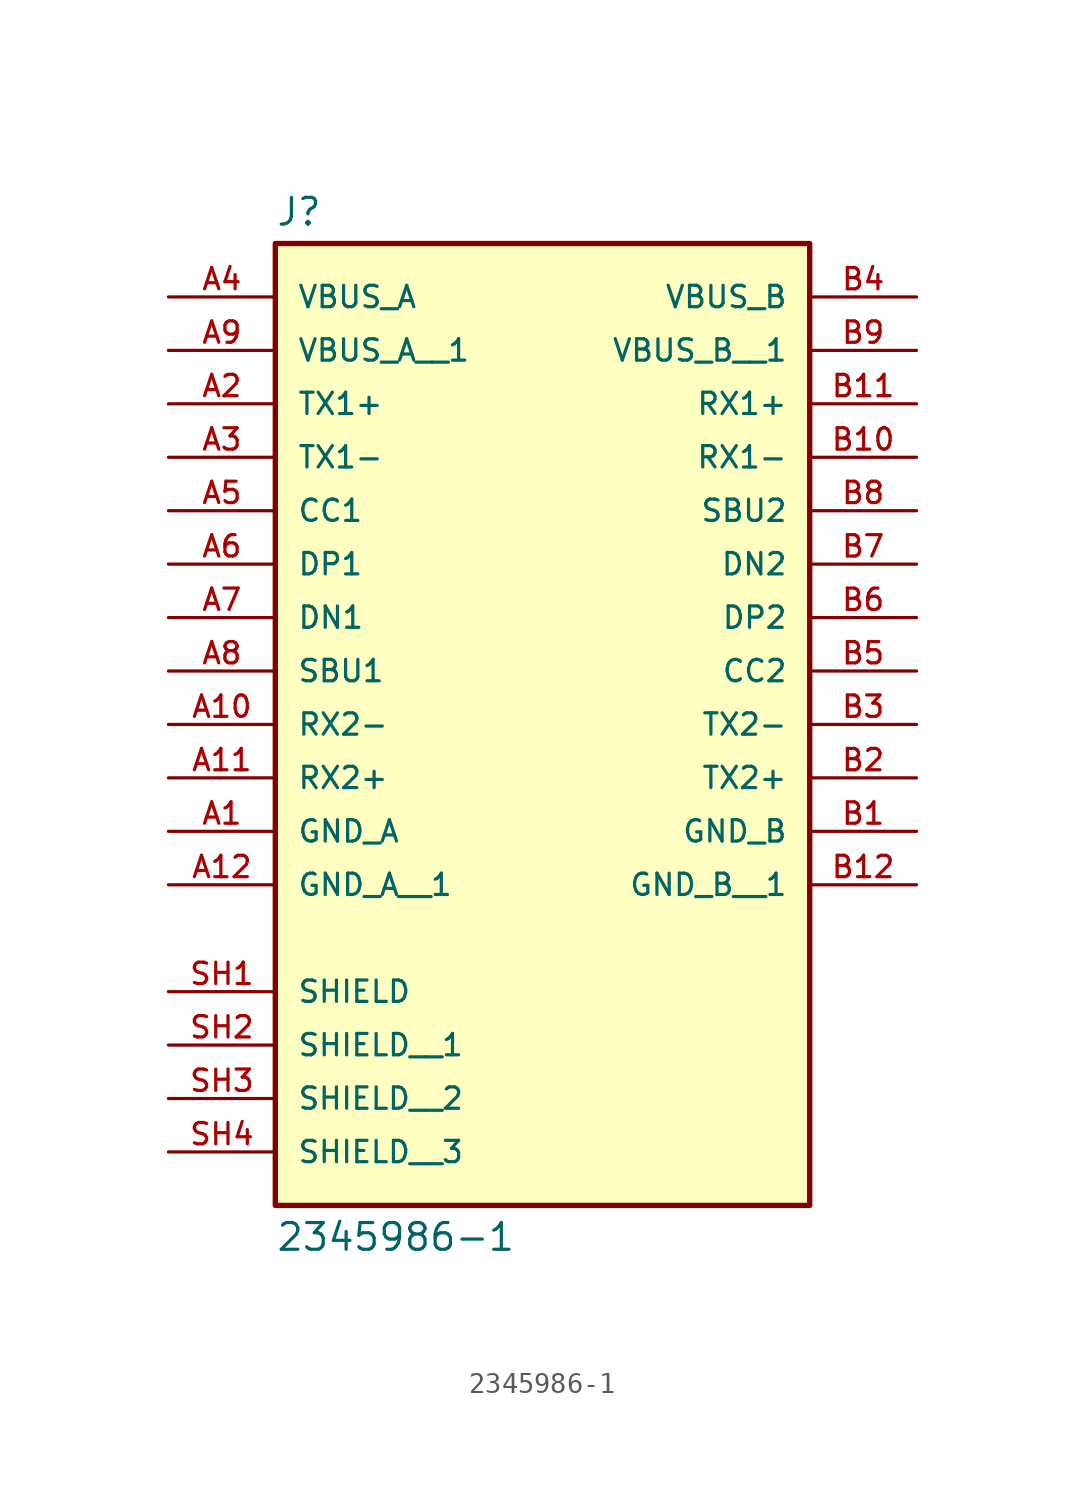
<source format=kicad_sym>
(kicad_symbol_lib
  (version 20211014)
  (generator kicad_symbol_editor)
  (symbol "2345986-1"
    (pin_names
      (offset 1.016))
    (property "Reference" "J"
      (at -12.7 16.002 0)
      (effects (font (size 1.27 1.27)) (justify bottom left)))
    (property "Value" "2345986-1"
      (at -12.7 -31.242 0.0)
      (effects (font (size 1.27 1.27)) (justify top left)))
    (symbol "2345986-1_0_0"
      (rectangle (start -12.7 -30.48) (end 12.7 15.24) (stroke (width 0.254)) (fill (type background)))
      (pin power_in line (at -17.78 -12.7 0) (length 5.08) (name "GND_A" (effects (font (size 1.016 1.016)))) (number "A1" (effects (font (size 1.016 1.016)))))
      (pin bidirectional line (at -17.78 5.08 0) (length 5.08) (name "TX1-" (effects (font (size 1.016 1.016)))) (number "A3" (effects (font (size 1.016 1.016)))))
      (pin bidirectional line (at -17.78 7.62 0) (length 5.08) (name "TX1+" (effects (font (size 1.016 1.016)))) (number "A2" (effects (font (size 1.016 1.016)))))
      (pin power_in line (at -17.78 12.7 0) (length 5.08) (name "VBUS_A" (effects (font (size 1.016 1.016)))) (number "A4" (effects (font (size 1.016 1.016)))))
      (pin bidirectional line (at -17.78 0.0 0) (length 5.08) (name "DP1" (effects (font (size 1.016 1.016)))) (number "A6" (effects (font (size 1.016 1.016)))))
      (pin bidirectional line (at -17.78 2.54 0) (length 5.08) (name "CC1" (effects (font (size 1.016 1.016)))) (number "A5" (effects (font (size 1.016 1.016)))))
      (pin bidirectional line (at -17.78 -5.08 0) (length 5.08) (name "SBU1" (effects (font (size 1.016 1.016)))) (number "A8" (effects (font (size 1.016 1.016)))))
      (pin bidirectional line (at -17.78 -2.54 0) (length 5.08) (name "DN1" (effects (font (size 1.016 1.016)))) (number "A7" (effects (font (size 1.016 1.016)))))
      (pin bidirectional line (at -17.78 -7.62 0) (length 5.08) (name "RX2-" (effects (font (size 1.016 1.016)))) (number "A10" (effects (font (size 1.016 1.016)))))
      (pin bidirectional line (at -17.78 -10.16 0) (length 5.08) (name "RX2+" (effects (font (size 1.016 1.016)))) (number "A11" (effects (font (size 1.016 1.016)))))
      (pin passive line (at -17.78 -20.32 0) (length 5.08) (name "SHIELD" (effects (font (size 1.016 1.016)))) (number "SH1" (effects (font (size 1.016 1.016)))))
      (pin power_in line (at 17.78 -12.7 180.0) (length 5.08) (name "GND_B" (effects (font (size 1.016 1.016)))) (number "B1" (effects (font (size 1.016 1.016)))))
      (pin bidirectional line (at 17.78 -7.62 180.0) (length 5.08) (name "TX2-" (effects (font (size 1.016 1.016)))) (number "B3" (effects (font (size 1.016 1.016)))))
      (pin bidirectional line (at 17.78 -10.16 180.0) (length 5.08) (name "TX2+" (effects (font (size 1.016 1.016)))) (number "B2" (effects (font (size 1.016 1.016)))))
      (pin power_in line (at 17.78 12.7 180.0) (length 5.08) (name "VBUS_B" (effects (font (size 1.016 1.016)))) (number "B4" (effects (font (size 1.016 1.016)))))
      (pin bidirectional line (at 17.78 -2.54 180.0) (length 5.08) (name "DP2" (effects (font (size 1.016 1.016)))) (number "B6" (effects (font (size 1.016 1.016)))))
      (pin bidirectional line (at 17.78 -5.08 180.0) (length 5.08) (name "CC2" (effects (font (size 1.016 1.016)))) (number "B5" (effects (font (size 1.016 1.016)))))
      (pin bidirectional line (at 17.78 2.54 180.0) (length 5.08) (name "SBU2" (effects (font (size 1.016 1.016)))) (number "B8" (effects (font (size 1.016 1.016)))))
      (pin bidirectional line (at 17.78 0.0 180.0) (length 5.08) (name "DN2" (effects (font (size 1.016 1.016)))) (number "B7" (effects (font (size 1.016 1.016)))))
      (pin bidirectional line (at 17.78 5.08 180.0) (length 5.08) (name "RX1-" (effects (font (size 1.016 1.016)))) (number "B10" (effects (font (size 1.016 1.016)))))
      (pin bidirectional line (at 17.78 7.62 180.0) (length 5.08) (name "RX1+" (effects (font (size 1.016 1.016)))) (number "B11" (effects (font (size 1.016 1.016)))))
      (pin power_in line (at -17.78 10.16 0) (length 5.08) (name "VBUS_A__1" (effects (font (size 1.016 1.016)))) (number "A9" (effects (font (size 1.016 1.016)))))
      (pin power_in line (at -17.78 -15.24 0) (length 5.08) (name "GND_A__1" (effects (font (size 1.016 1.016)))) (number "A12" (effects (font (size 1.016 1.016)))))
      (pin passive line (at -17.78 -22.86 0) (length 5.08) (name "SHIELD__1" (effects (font (size 1.016 1.016)))) (number "SH2" (effects (font (size 1.016 1.016)))))
      (pin passive line (at -17.78 -25.4 0) (length 5.08) (name "SHIELD__2" (effects (font (size 1.016 1.016)))) (number "SH3" (effects (font (size 1.016 1.016)))))
      (pin passive line (at -17.78 -27.94 0) (length 5.08) (name "SHIELD__3" (effects (font (size 1.016 1.016)))) (number "SH4" (effects (font (size 1.016 1.016)))))
      (pin power_in line (at 17.78 10.16 180.0) (length 5.08) (name "VBUS_B__1" (effects (font (size 1.016 1.016)))) (number "B9" (effects (font (size 1.016 1.016)))))
      (pin power_in line (at 17.78 -15.24 180.0) (length 5.08) (name "GND_B__1" (effects (font (size 1.016 1.016)))) (number "B12" (effects (font (size 1.016 1.016))))))))
</source>
